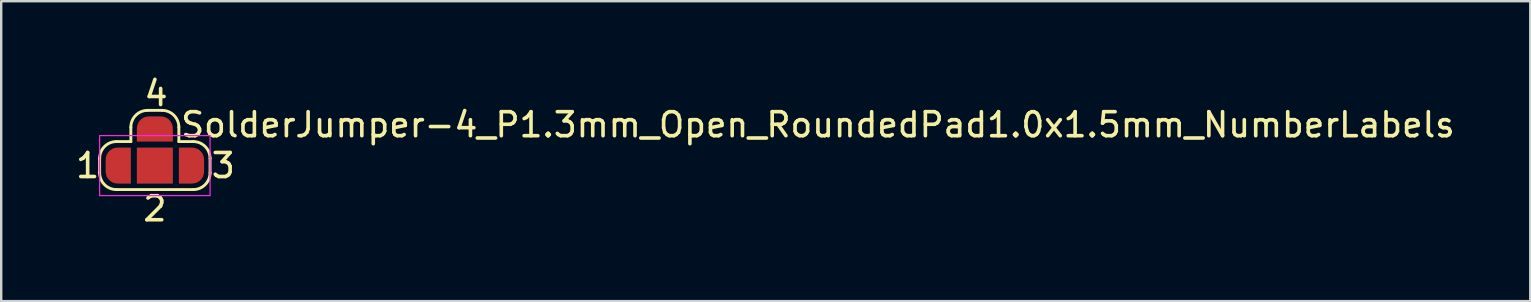
<source format=kicad_pcb>
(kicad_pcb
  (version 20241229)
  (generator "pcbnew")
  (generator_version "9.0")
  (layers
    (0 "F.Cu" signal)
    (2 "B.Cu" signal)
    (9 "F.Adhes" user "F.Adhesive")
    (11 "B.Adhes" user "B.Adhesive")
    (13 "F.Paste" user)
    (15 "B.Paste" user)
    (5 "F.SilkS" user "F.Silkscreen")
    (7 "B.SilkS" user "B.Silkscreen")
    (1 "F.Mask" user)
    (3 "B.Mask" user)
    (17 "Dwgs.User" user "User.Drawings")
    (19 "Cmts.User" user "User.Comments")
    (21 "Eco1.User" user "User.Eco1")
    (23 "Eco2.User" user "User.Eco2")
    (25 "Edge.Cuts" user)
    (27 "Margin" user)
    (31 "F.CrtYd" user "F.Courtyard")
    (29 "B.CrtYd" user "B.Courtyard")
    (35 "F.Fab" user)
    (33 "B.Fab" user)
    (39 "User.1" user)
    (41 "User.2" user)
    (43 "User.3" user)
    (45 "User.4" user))
  (footprint "SolderJumper-4_P1.3mm_Open_RoundedPad1.0x1.5mm_NumberLabels"
    (layer "F.Cu")
    (at 3.401 3.848)
    (property "Reference" "SolderJumper-4_P1.3mm_Open_RoundedPad1.0x1.5mm_NumberLabels" (at 1 -1.7 0) (layer "F.SilkS") (effects (font (size 1 1) (thickness 0.15)) (justify left)))
    (attr exclude_from_pos_files exclude_from_bom)
    (fp_line (start -2.3 0.3) (end -2.3 -0.3) (stroke (width 0.12) (type solid)) (layer "F.SilkS"))
    (fp_line (start -1 -1) (end -1.6 -1) (stroke (width 0.12) (type solid)) (layer "F.SilkS"))
    (fp_line (start -1 -1) (end -1 -1.6) (stroke (width 0.12) (type solid)) (layer "F.SilkS"))
    (fp_line (start -0.3 -2.3) (end 0.3 -2.3) (stroke (width 0.12) (type solid)) (layer "F.SilkS"))
    (fp_line (start 1 -1) (end 1 -1.6) (stroke (width 0.12) (type solid)) (layer "F.SilkS"))
    (fp_line (start 1 -1) (end 1.6 -1) (stroke (width 0.12) (type solid)) (layer "F.SilkS"))
    (fp_line (start 1.6 1) (end -1.6 1) (stroke (width 0.12) (type solid)) (layer "F.SilkS"))
    (fp_line (start 2.3 -0.3) (end 2.3 0.3) (stroke (width 0.12) (type solid)) (layer "F.SilkS"))
    (fp_arc (start -2.3 -0.3) (mid -2.094975 -0.794975) (end -1.6 -1) (stroke (width 0.12) (type solid)) (layer "F.SilkS"))
    (fp_arc (start -1.6 1) (mid -2.094975 0.794975) (end -2.3 0.3) (stroke (width 0.12) (type solid)) (layer "F.SilkS"))
    (fp_arc (start -1 -1.6) (mid -0.794975 -2.094975) (end -0.3 -2.3) (stroke (width 0.12) (type solid)) (layer "F.SilkS"))
    (fp_arc (start 0.3 -2.3) (mid 0.794975 -2.094975) (end 1 -1.6) (stroke (width 0.12) (type solid)) (layer "F.SilkS"))
    (fp_arc (start 1.6 -1) (mid 2.094975 -0.794975) (end 2.3 -0.3) (stroke (width 0.12) (type solid)) (layer "F.SilkS"))
    (fp_arc (start 2.3 0.3) (mid 2.094975 0.794975) (end 1.6 1) (stroke (width 0.12) (type solid)) (layer "F.SilkS"))
    (fp_line (start -2.3 -1.25) (end -2.3 1.25) (stroke (width 0.05) (type solid)) (layer "F.CrtYd"))
    (fp_line (start -2.3 -1.25) (end 2.3 -1.25) (stroke (width 0.05) (type solid)) (layer "F.CrtYd"))
    (fp_line (start 2.3 1.25) (end -2.3 1.25) (stroke (width 0.05) (type solid)) (layer "F.CrtYd"))
    (fp_line (start 2.3 1.25) (end 2.3 -1.25) (stroke (width 0.05) (type solid)) (layer "F.CrtYd"))
    (fp_text user "1" (at -2.8 0 0) (layer "F.SilkS") (effects (font (size 1 1) (thickness 0.15))))
    (fp_text user "4" (at 0.05 -3 0) (layer "F.SilkS") (effects (font (size 1 1) (thickness 0.15))))
    (fp_text user "3" (at 2.85 0 0) (layer "F.SilkS") (effects (font (size 1 1) (thickness 0.15))))
    (fp_text user "2" (at 0 1.8 0) (layer "F.SilkS") (effects (font (size 1 1) (thickness 0.15))))
    (pad "1" smd custom (at -1.55 0) (size 1 0.5) (layers "F.Cu" "F.Mask") (options (anchor rect)) (primitives (gr_circle (center 0 0.25) (end 0.5 0.25) (width 0) (fill yes)) (gr_circle (center 0 -0.25) (end 0.5 -0.25) (width 0) (fill yes)) (gr_poly (pts (xy 0.55 0.75) (xy 0 0.75) (xy 0 -0.75) (xy 0.55 -0.75)) (width 0) (fill yes))))
    (pad "2" smd rect (at 0 0) (size 1.5 1.5) (layers "F.Cu" "F.Mask"))
    (pad "3" smd custom (at 1.55 0) (size 1 0.5) (layers "F.Cu" "F.Mask") (options (anchor rect)) (primitives (gr_circle (center 0 0.25) (end 0.5 0.25) (width 0) (fill yes)) (gr_circle (center 0 -0.25) (end 0.5 -0.25) (width 0) (fill yes)) (gr_poly (pts (xy 0 0.75) (xy -0.55 0.75) (xy -0.55 -0.75) (xy 0 -0.75)) (width 0) (fill yes))))
    (pad "4" smd custom (at 0 -1.55 270) (size 1 0.5) (layers "F.Cu" "F.Mask") (options (anchor rect)) (primitives (gr_circle (center 0 0.25) (end 0.5 0.25) (width 0) (fill yes)) (gr_circle (center 0 -0.25) (end 0.5 -0.25) (width 0) (fill yes)) (gr_poly (pts (xy 0.55 0.75) (xy 0 0.75) (xy 0 -0.75) (xy 0.55 -0.75)) (width 0) (fill yes)))))
  (gr_rect
    (start -3 -3)
    (end 60.699 9.496)
    (stroke (width 0.1) (type default))
    (fill no)
    (layer "Edge.Cuts")))
</source>
